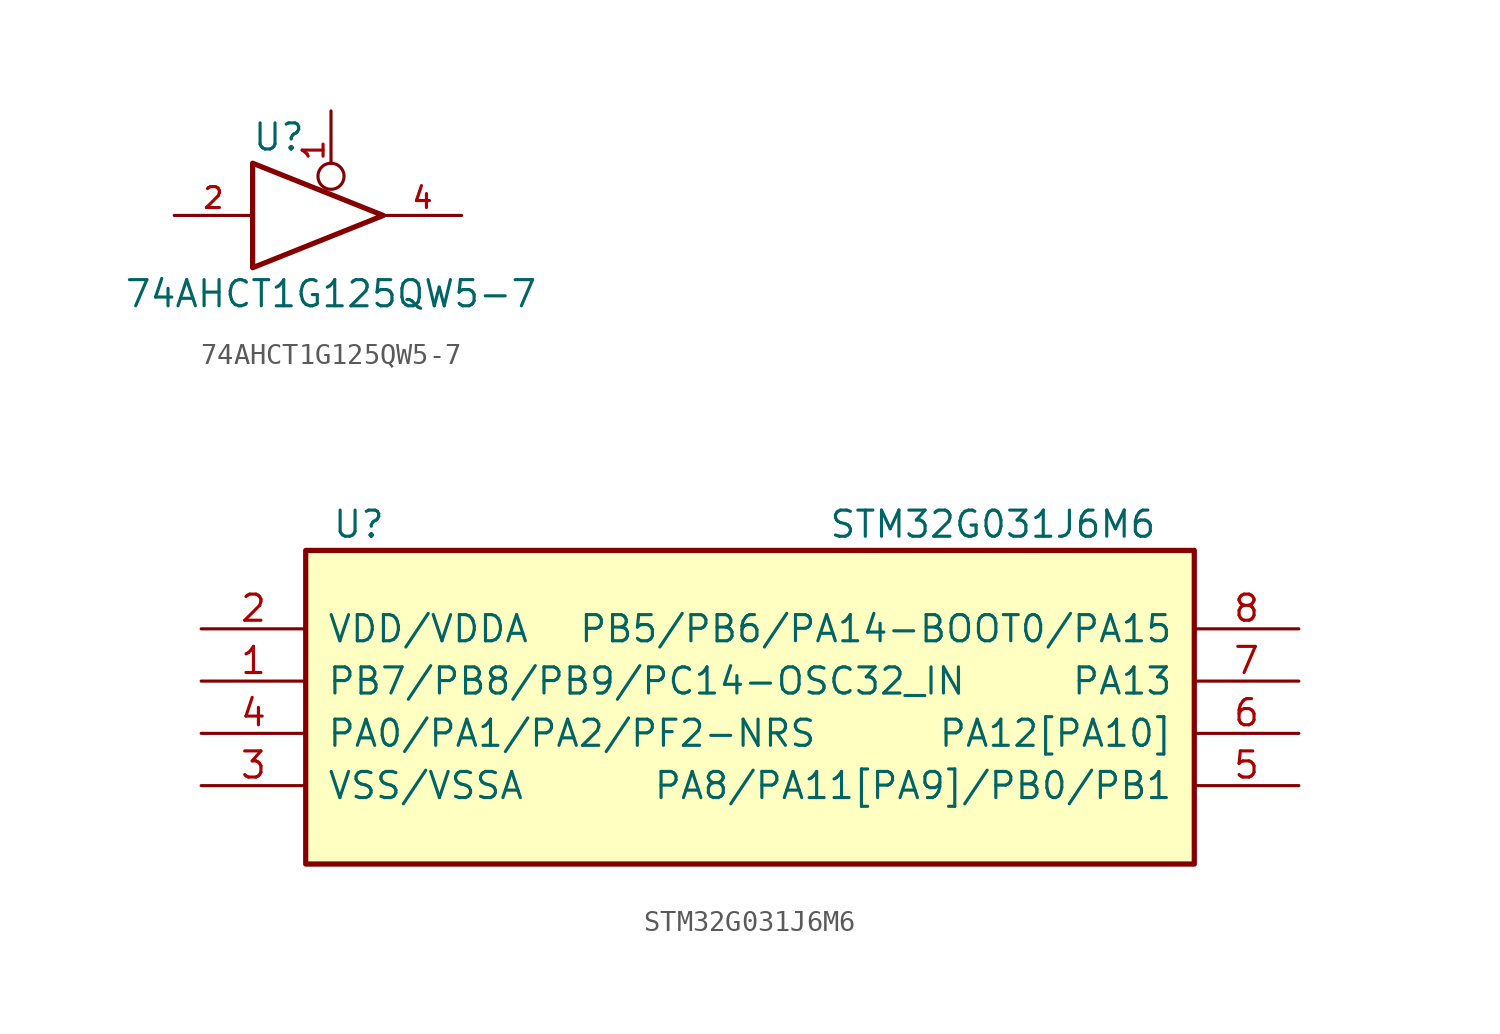
<source format=kicad_sym>
(kicad_symbol_lib
  (version 20211014)
  (generator kicad_symbol_editor)
  (symbol "74AHCT1G125QW5-7"
    (pin_names
      (offset 1.016))
    (property "Reference" "U"
      (at -2.54 3.81 0)
      (effects (font (size 1.27 1.27))))
    (property "Value" "74AHCT1G125QW5-7"
      (at 0 -3.81 0)
      (effects (font (size 1.27 1.27))))
    (symbol "74AHCT1G125QW5-7_0_1"
      (polyline (pts (xy -3.81 2.54) (xy -3.81 -2.54) (xy 2.54 0) (xy -3.81 2.54)) (stroke (width 0.254) (type default) (color 0 0 0 0)) (fill (type none))))
    (symbol "74AHCT1G125QW5-7_1_1"
      (pin input inverted (at 0 5.08 270) (length 3.81) (name "~" (effects (font (size 1.016 1.016)))) (number "1" (effects (font (size 1.016 1.016)))))
      (pin input line (at -7.62 0 0) (length 3.81) (name "~" (effects (font (size 1.016 1.016)))) (number "2" (effects (font (size 1.016 1.016)))))
      (pin power_in line (at 1.27 -1.27 270) (length 0) hide (name "GND" (effects (font (size 1.016 1.016)))) (number "3" (effects (font (size 1.016 1.016)))))
      (pin tri_state line (at 6.35 0 180) (length 3.81) (name "~" (effects (font (size 1.016 1.016)))) (number "4" (effects (font (size 1.016 1.016)))))
      (pin power_in line (at 1.27 1.27 90) (length 0) hide (name "VCC" (effects (font (size 1.016 1.016)))) (number "5" (effects (font (size 1.016 1.016)))))))
  (symbol "STM32G031J6M6"
    (pin_names
      (offset 1.016))
    (property "Reference" "U"
      (at -20.32 8.89 0)
      (effects (font (size 1.27 1.27)) (justify left)))
    (property "Value" "STM32G031J6M6"
      (at 3.81 8.89 0)
      (effects (font (size 1.27 1.27)) (justify left)))
    (symbol "STM32G031J6M6_0_1"
      (rectangle (start -21.59 7.62) (end 21.59 -7.62) (stroke (width 0.254) (type default) (color 0 0 0 0)) (fill (type background))))
    (symbol "STM32G031J6M6_1_1"
      (pin bidirectional line (at -26.67 1.27 0) (length 5.08) (name "PB7/PB8/PB9/PC14-OSC32_IN" (effects (font (size 1.27 1.27)))) (number "1" (effects (font (size 1.27 1.27)))))
      (pin power_in line (at -26.67 3.81 0) (length 5.08) (name "VDD/VDDA" (effects (font (size 1.27 1.27)))) (number "2" (effects (font (size 1.27 1.27)))))
      (pin power_in line (at -26.67 -3.81 0) (length 5.08) (name "VSS/VSSA" (effects (font (size 1.27 1.27)))) (number "3" (effects (font (size 1.27 1.27)))))
      (pin bidirectional line (at -26.67 -1.27 0) (length 5.08) (name "PA0/PA1/PA2/PF2-NRS" (effects (font (size 1.27 1.27)))) (number "4" (effects (font (size 1.27 1.27)))))
      (pin bidirectional line (at 26.67 -3.81 180) (length 5.08) (name "PA8/PA11[PA9]/PB0/PB1" (effects (font (size 1.27 1.27)))) (number "5" (effects (font (size 1.27 1.27)))))
      (pin bidirectional line (at 26.67 -1.27 180) (length 5.08) (name "PA12[PA10]" (effects (font (size 1.27 1.27)))) (number "6" (effects (font (size 1.27 1.27)))))
      (pin bidirectional line (at 26.67 1.27 180) (length 5.08) (name "PA13" (effects (font (size 1.27 1.27)))) (number "7" (effects (font (size 1.27 1.27)))))
      (pin bidirectional line (at 26.67 3.81 180) (length 5.08) (name "PB5/PB6/PA14-BOOT0/PA15" (effects (font (size 1.27 1.27)))) (number "8" (effects (font (size 1.27 1.27))))))))
</source>
